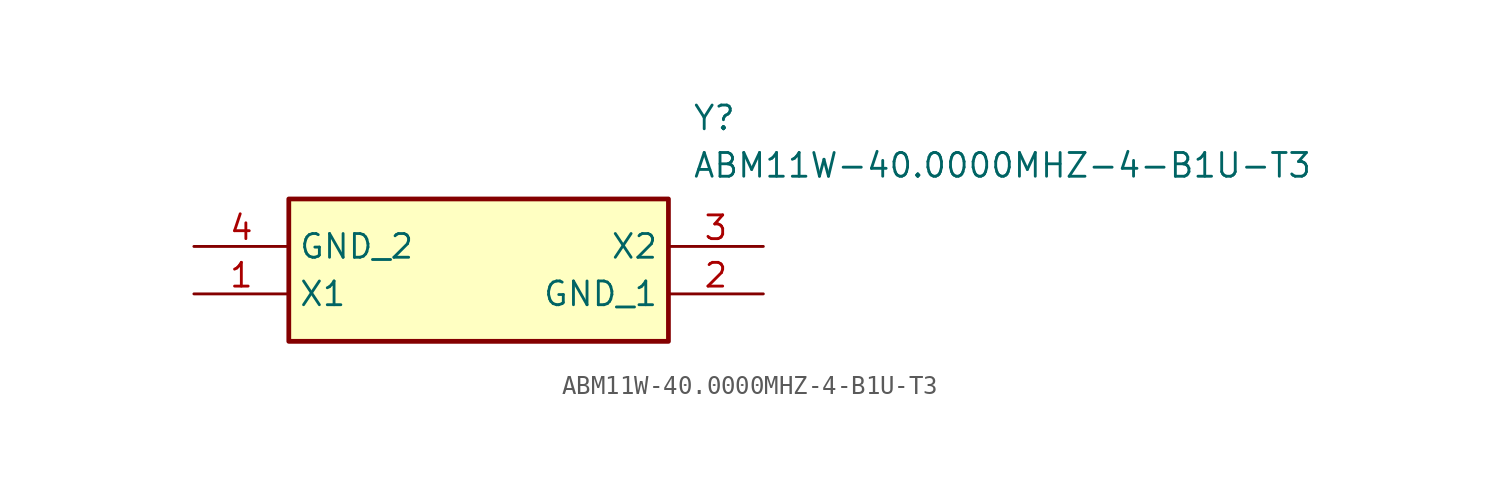
<source format=kicad_sym>
(kicad_symbol_lib
  (version 20211014)
  (generator SamacSys_ECAD_Model)
  (symbol "ABM11W-40.0000MHZ-4-B1U-T3"
    (property "Reference" "Y"
      (at 26.67 7.62 0)
      (effects (font (size 1.27 1.27)) (justify left top)))
    (property "Value" "ABM11W-40.0000MHZ-4-B1U-T3"
      (at 26.67 5.08 0)
      (effects (font (size 1.27 1.27)) (justify left top)))
    (rectangle
      (start 5.08 2.54)
      (end 25.4 -5.08)
      (stroke (width 0.254) (type default))
      (fill (type background)))
    (pin passive line
      (at 0 -2.54 0)
      (length 5.08)
      (name "X1" (effects (font (size 1.27 1.27))))
      (number "1" (effects (font (size 1.27 1.27)))))
    (pin passive line
      (at 30.48 -2.54 180)
      (length 5.08)
      (name "GND_1" (effects (font (size 1.27 1.27))))
      (number "2" (effects (font (size 1.27 1.27)))))
    (pin passive line
      (at 30.48 0 180)
      (length 5.08)
      (name "X2" (effects (font (size 1.27 1.27))))
      (number "3" (effects (font (size 1.27 1.27)))))
    (pin passive line
      (at 0 0 0)
      (length 5.08)
      (name "GND_2" (effects (font (size 1.27 1.27))))
      (number "4" (effects (font (size 1.27 1.27)))))))
</source>
